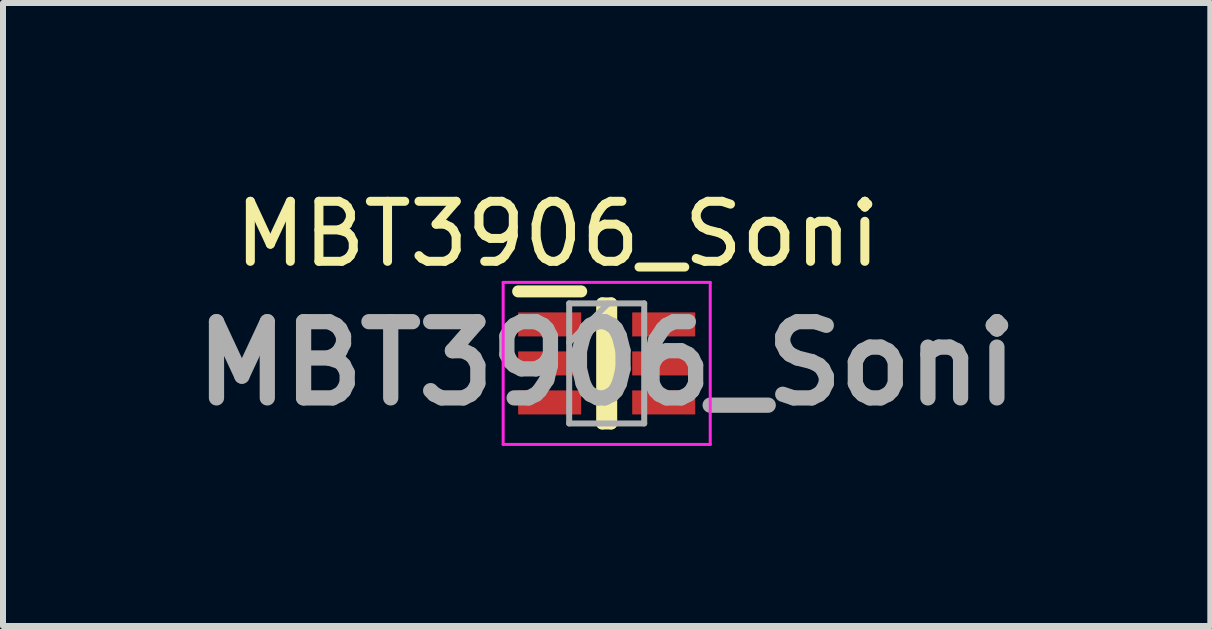
<source format=kicad_pcb>
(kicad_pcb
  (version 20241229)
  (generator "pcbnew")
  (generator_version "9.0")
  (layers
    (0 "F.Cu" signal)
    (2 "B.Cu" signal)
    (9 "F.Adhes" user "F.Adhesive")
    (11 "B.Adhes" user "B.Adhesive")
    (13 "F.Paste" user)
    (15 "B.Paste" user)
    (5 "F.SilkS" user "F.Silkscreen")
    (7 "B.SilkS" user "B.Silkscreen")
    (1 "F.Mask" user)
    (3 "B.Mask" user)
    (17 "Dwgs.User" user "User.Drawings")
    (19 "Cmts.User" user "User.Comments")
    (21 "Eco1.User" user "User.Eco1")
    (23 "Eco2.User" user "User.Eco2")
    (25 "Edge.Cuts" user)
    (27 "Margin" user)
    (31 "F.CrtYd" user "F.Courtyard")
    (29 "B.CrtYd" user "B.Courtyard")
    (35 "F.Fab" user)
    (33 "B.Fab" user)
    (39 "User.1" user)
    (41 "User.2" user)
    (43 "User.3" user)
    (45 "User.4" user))
  (footprint "MBT3906_Soni"
    (layer "F.Cu")
    (at 7.058 3.005)
    (property "Reference" "MBT3906_Soni" (at -0.818 -2.156 0) (layer "F.SilkS") (effects (font (size 1 1) (thickness 0.15))))
    (attr smd)
    (fp_line (start -1.475 -1.2) (end -0.425 -1.2) (stroke (width 0.2) (type solid)) (layer "F.SilkS"))
    (fp_line (start -0.075 -1) (end 0.075 -1) (stroke (width 0.2) (type solid)) (layer "F.SilkS"))
    (fp_line (start -0.075 1) (end -0.075 -1) (stroke (width 0.2) (type solid)) (layer "F.SilkS"))
    (fp_line (start 0.075 -1) (end 0.075 1) (stroke (width 0.2) (type solid)) (layer "F.SilkS"))
    (fp_line (start 0.075 1) (end -0.075 1) (stroke (width 0.2) (type solid)) (layer "F.SilkS"))
    (fp_line (start -1.725 -1.35) (end 1.725 -1.35) (stroke (width 0.05) (type solid)) (layer "F.CrtYd"))
    (fp_line (start -1.725 1.35) (end -1.725 -1.35) (stroke (width 0.05) (type solid)) (layer "F.CrtYd"))
    (fp_line (start 1.725 -1.35) (end 1.725 1.35) (stroke (width 0.05) (type solid)) (layer "F.CrtYd"))
    (fp_line (start 1.725 1.35) (end -1.725 1.35) (stroke (width 0.05) (type solid)) (layer "F.CrtYd"))
    (fp_line (start -0.625 -1) (end 0.625 -1) (stroke (width 0.1) (type solid)) (layer "F.Fab"))
    (fp_line (start -0.625 -0.35) (end 0.025 -1) (stroke (width 0.1) (type solid)) (layer "F.Fab"))
    (fp_line (start -0.625 1) (end -0.625 -1) (stroke (width 0.1) (type solid)) (layer "F.Fab"))
    (fp_line (start 0.625 -1) (end 0.625 1) (stroke (width 0.1) (type solid)) (layer "F.Fab"))
    (fp_line (start 0.625 1) (end -0.625 1) (stroke (width 0.1) (type solid)) (layer "F.Fab"))
    (fp_text user "${REFERENCE}" (at 0 0 0) (layer "F.Fab") (effects (font (size 1.27 1.27) (thickness 0.254))))
    (pad "1" smd rect (at -0.95 -0.65 90) (size 0.4 1.05) (layers "F.Cu" "F.Mask" "F.Paste"))
    (pad "2" smd rect (at -0.95 0 90) (size 0.4 1.05) (layers "F.Cu" "F.Mask" "F.Paste"))
    (pad "3" smd rect (at -0.95 0.65 90) (size 0.4 1.05) (layers "F.Cu" "F.Mask" "F.Paste"))
    (pad "4" smd rect (at 0.95 0.65 90) (size 0.4 1.05) (layers "F.Cu" "F.Mask" "F.Paste"))
    (pad "5" smd rect (at 0.95 0 90) (size 0.4 1.05) (layers "F.Cu" "F.Mask" "F.Paste"))
    (pad "6" smd rect (at 0.95 -0.65 90) (size 0.4 1.05) (layers "F.Cu" "F.Mask" "F.Paste")))
  (gr_rect
    (start -3 -3)
    (end 17.115 7.38)
    (stroke (width 0.1) (type default))
    (fill no)
    (layer "Edge.Cuts")))
</source>
